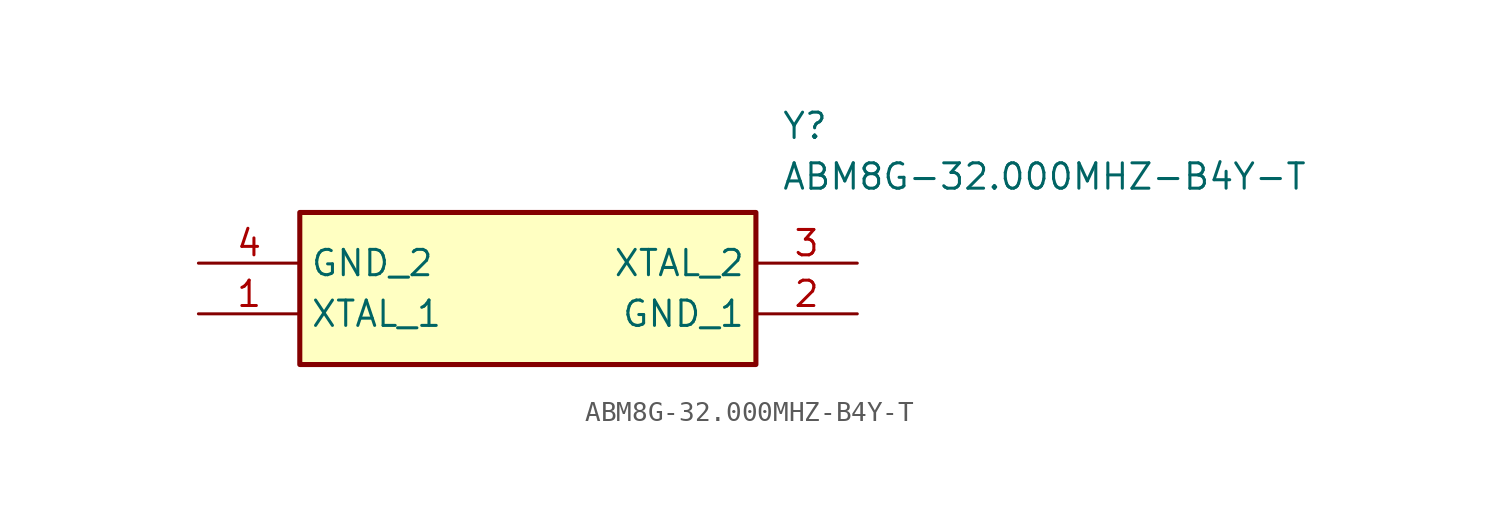
<source format=kicad_sym>
(kicad_symbol_lib
  (version 20211014)
  (generator SamacSys_ECAD_Model)
  (symbol "ABM8G-32.000MHZ-B4Y-T"
    (property "Reference" "Y"
      (at 29.21 7.62 0)
      (effects (font (size 1.27 1.27)) (justify left top)))
    (property "Value" "ABM8G-32.000MHZ-B4Y-T"
      (at 29.21 5.08 0)
      (effects (font (size 1.27 1.27)) (justify left top)))
    (rectangle
      (start 5.08 2.54)
      (end 27.94 -5.08)
      (stroke (width 0.254) (type default))
      (fill (type background)))
    (pin passive line
      (at 0 -2.54 0)
      (length 5.08)
      (name "XTAL_1" (effects (font (size 1.27 1.27))))
      (number "1" (effects (font (size 1.27 1.27)))))
    (pin passive line
      (at 33.02 -2.54 180)
      (length 5.08)
      (name "GND_1" (effects (font (size 1.27 1.27))))
      (number "2" (effects (font (size 1.27 1.27)))))
    (pin passive line
      (at 33.02 0 180)
      (length 5.08)
      (name "XTAL_2" (effects (font (size 1.27 1.27))))
      (number "3" (effects (font (size 1.27 1.27)))))
    (pin passive line
      (at 0 0 0)
      (length 5.08)
      (name "GND_2" (effects (font (size 1.27 1.27))))
      (number "4" (effects (font (size 1.27 1.27)))))))
</source>
